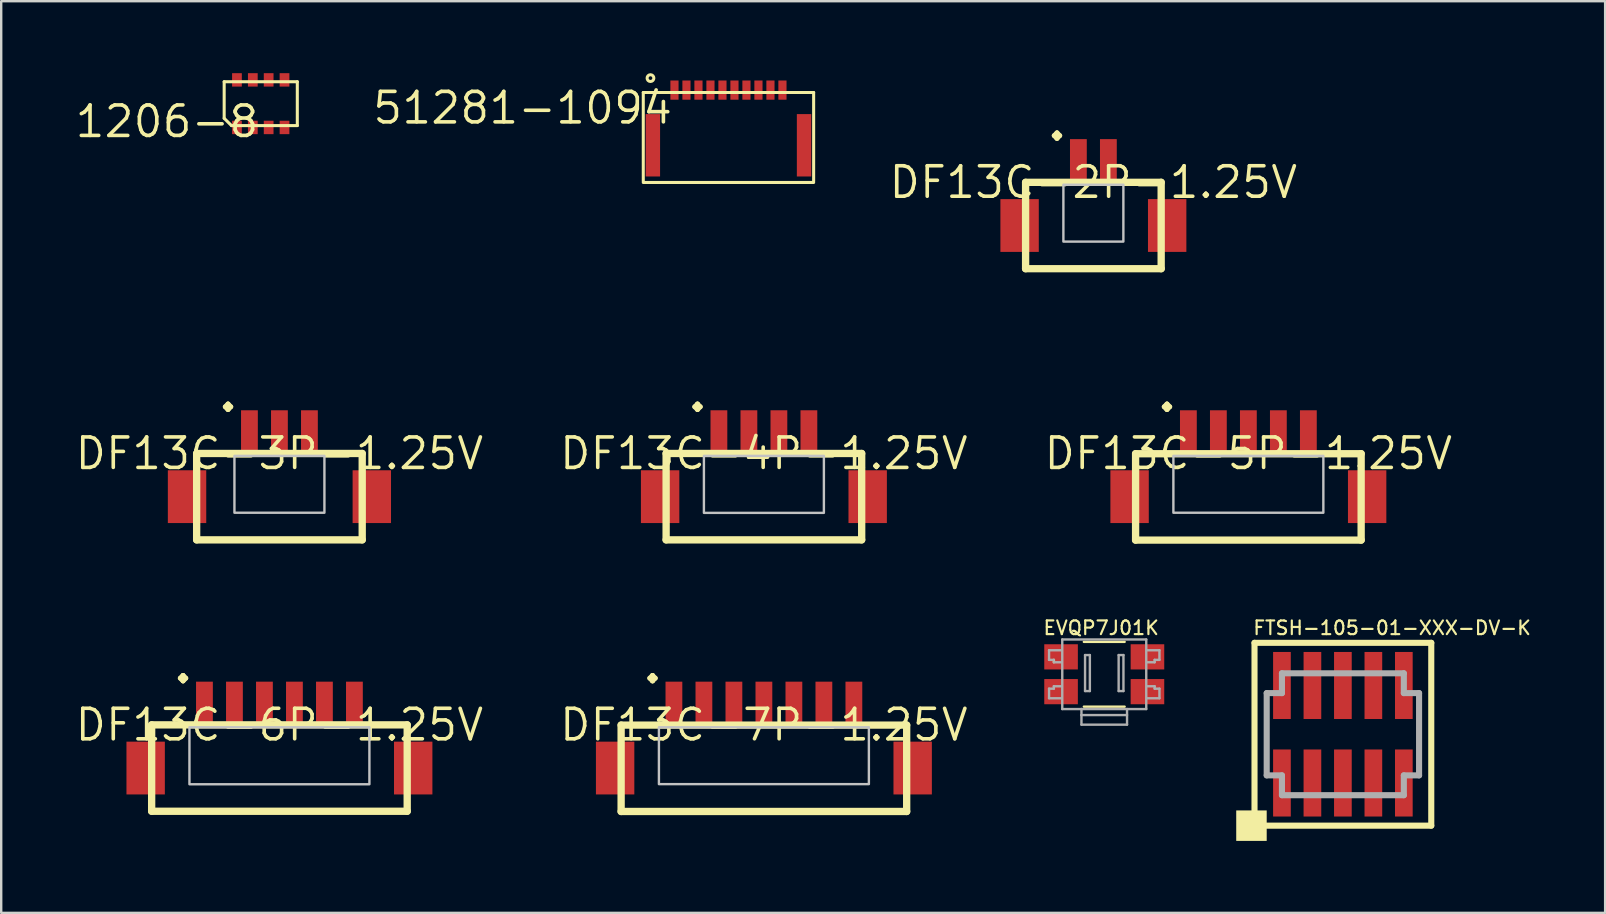
<source format=kicad_pcb>
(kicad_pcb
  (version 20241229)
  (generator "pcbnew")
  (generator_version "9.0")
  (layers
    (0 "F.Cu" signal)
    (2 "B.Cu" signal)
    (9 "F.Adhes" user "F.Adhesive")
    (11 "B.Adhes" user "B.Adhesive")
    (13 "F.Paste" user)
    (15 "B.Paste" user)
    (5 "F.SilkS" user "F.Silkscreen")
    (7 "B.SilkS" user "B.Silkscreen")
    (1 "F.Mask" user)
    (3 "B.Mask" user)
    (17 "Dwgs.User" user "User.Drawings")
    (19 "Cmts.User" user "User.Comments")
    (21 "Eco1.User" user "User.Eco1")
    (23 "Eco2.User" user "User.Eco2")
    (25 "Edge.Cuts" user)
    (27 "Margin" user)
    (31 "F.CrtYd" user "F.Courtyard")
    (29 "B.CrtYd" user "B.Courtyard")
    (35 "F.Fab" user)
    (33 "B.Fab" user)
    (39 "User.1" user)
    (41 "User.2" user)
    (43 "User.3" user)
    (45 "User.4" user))
  (footprint "DF13C-4P-1.25V"
    (layer "F.Cu")
    (at 28.785 15.848)
    (property "Reference" "DF13C-4P-1.25V" (at 0 0 0) (layer "F.SilkS") (effects (font (size 1.27 1.27) (thickness 0.15))))
    (attr through_hole)
    (fp_line (start -4.075 0) (end -4.075 3.6) (stroke (width 0.305) (type solid)) (layer "F.SilkS"))
    (fp_line (start -4.075 3.6) (end 4.075 3.6) (stroke (width 0.305) (type solid)) (layer "F.SilkS"))
    (fp_line (start 4.075 0) (end -4.075 0) (stroke (width 0.305) (type solid)) (layer "F.SilkS"))
    (fp_line (start 4.075 3.6) (end 4.075 0) (stroke (width 0.305) (type solid)) (layer "F.SilkS"))
    (fp_poly (pts (xy -2.5 2.475) (xy 2.5 2.475) (xy 2.5 0.1) (xy -2.5 0.1)) (stroke (width 0.1) (type solid)) (fill no) (layer "Dwgs.User"))
    (fp_text user "." (at -3.475 -1.525 0) (layer "F.SilkS") (effects (font (size 2.413 2.413) (thickness 0.203)) (justify left bottom)))
    (pad "1" smd rect (at -1.875 -0.9) (size 0.7 1.8) (layers "F.Cu" "F.Mask" "F.Paste"))
    (pad "2" smd rect (at -0.625 -0.9) (size 0.7 1.8) (layers "F.Cu" "F.Mask" "F.Paste"))
    (pad "3" smd rect (at 0.625 -0.9) (size 0.7 1.8) (layers "F.Cu" "F.Mask" "F.Paste"))
    (pad "4" smd rect (at 1.875 -0.9) (size 0.7 1.8) (layers "F.Cu" "F.Mask" "F.Paste"))
    (pad "M$0" smd rect (at 4.325 1.8 90) (size 2.2 1.6) (layers "F.Cu" "F.Mask" "F.Paste"))
    (pad "M$1" smd rect (at -4.325 1.8 90) (size 2.2 1.6) (layers "F.Cu" "F.Mask" "F.Paste")))
  (footprint "51281-1094"
    (layer "F.Cu")
    (at 25.058 0.705)
    (property "Reference" "51281-1094" (at 0 0 0) (layer "F.SilkS") (effects (font (size 1.27 1.27) (thickness 0.15)) (justify right top)))
    (attr through_hole)
    (fp_line (start -1.3 0.1) (end 5.8 0.1) (stroke (width 0.127) (type solid)) (layer "F.SilkS"))
    (fp_line (start -1.3 3.8) (end -1.3 0.1) (stroke (width 0.127) (type solid)) (layer "F.SilkS"))
    (fp_line (start -1.3 3.85) (end 5.8 3.85) (stroke (width 0.127) (type solid)) (layer "F.SilkS"))
    (fp_line (start 5.8 0.1) (end 5.8 3.8) (stroke (width 0.127) (type solid)) (layer "F.SilkS"))
    (fp_circle (center -1 -0.5) (end -0.859 -0.5) (stroke (width 0.127) (type solid)) (fill no) (layer "F.SilkS"))
    (pad "1" smd rect (at 0 0) (size 0.34 0.8) (layers "F.Cu" "F.Mask" "F.Paste"))
    (pad "2" smd rect (at 0.5 0) (size 0.34 0.8) (layers "F.Cu" "F.Mask" "F.Paste"))
    (pad "3" smd rect (at 1 0) (size 0.34 0.8) (layers "F.Cu" "F.Mask" "F.Paste"))
    (pad "4" smd rect (at 1.5 0) (size 0.34 0.8) (layers "F.Cu" "F.Mask" "F.Paste"))
    (pad "5" smd rect (at 2 0) (size 0.34 0.8) (layers "F.Cu" "F.Mask" "F.Paste"))
    (pad "6" smd rect (at 2.5 0) (size 0.34 0.8) (layers "F.Cu" "F.Mask" "F.Paste"))
    (pad "7" smd rect (at 3 0) (size 0.34 0.8) (layers "F.Cu" "F.Mask" "F.Paste"))
    (pad "8" smd rect (at 3.5 0) (size 0.34 0.8) (layers "F.Cu" "F.Mask" "F.Paste"))
    (pad "9" smd rect (at 4 0) (size 0.34 0.8) (layers "F.Cu" "F.Mask" "F.Paste"))
    (pad "10" smd rect (at 4.5 0) (size 0.34 0.8) (layers "F.Cu" "F.Mask" "F.Paste"))
    (pad "P$11" smd rect (at -0.9 2.3) (size 0.6 2.6) (layers "F.Cu" "F.Mask" "F.Paste"))
    (pad "P$12" smd rect (at 5.4 2.3) (size 0.6 2.6) (layers "F.Cu" "F.Mask" "F.Paste")))
  (footprint "DF13C-3P-1.25V"
    (layer "F.Cu")
    (at 8.595 15.848)
    (property "Reference" "DF13C-3P-1.25V" (at 0 0 0) (layer "F.SilkS") (effects (font (size 1.27 1.27) (thickness 0.15))))
    (attr through_hole)
    (fp_line (start -3.45 0) (end -3.45 3.6) (stroke (width 0.305) (type solid)) (layer "F.SilkS"))
    (fp_line (start -3.45 3.6) (end 3.45 3.6) (stroke (width 0.305) (type solid)) (layer "F.SilkS"))
    (fp_line (start 3.45 0) (end -3.45 0) (stroke (width 0.305) (type solid)) (layer "F.SilkS"))
    (fp_line (start 3.45 3.6) (end 3.45 0) (stroke (width 0.305) (type solid)) (layer "F.SilkS"))
    (fp_poly (pts (xy -1.875 2.47) (xy 1.875 2.47) (xy 1.875 0.1) (xy -1.875 0.1)) (stroke (width 0.1) (type solid)) (fill no) (layer "Dwgs.User"))
    (fp_text user "." (at -2.85 -1.525 0) (layer "F.SilkS") (effects (font (size 2.413 2.413) (thickness 0.203)) (justify left bottom)))
    (pad "1" smd rect (at -1.25 -0.9) (size 0.7 1.8) (layers "F.Cu" "F.Mask" "F.Paste"))
    (pad "2" smd rect (at 0 -0.9) (size 0.7 1.8) (layers "F.Cu" "F.Mask" "F.Paste"))
    (pad "3" smd rect (at 1.25 -0.9) (size 0.7 1.8) (layers "F.Cu" "F.Mask" "F.Paste"))
    (pad "M$0" smd rect (at 3.85 1.8 90) (size 2.2 1.6) (layers "F.Cu" "F.Mask" "F.Paste"))
    (pad "M$1" smd rect (at -3.85 1.8 90) (size 2.2 1.6) (layers "F.Cu" "F.Mask" "F.Paste")))
  (footprint "DF13C-6P-1.25V"
    (layer "F.Cu")
    (at 8.595 27.158)
    (property "Reference" "DF13C-6P-1.25V" (at 0 0 0) (layer "F.SilkS") (effects (font (size 1.27 1.27) (thickness 0.15))))
    (attr through_hole)
    (fp_line (start -5.325 0) (end -5.325 3.6) (stroke (width 0.305) (type solid)) (layer "F.SilkS"))
    (fp_line (start -5.325 3.6) (end 5.325 3.6) (stroke (width 0.305) (type solid)) (layer "F.SilkS"))
    (fp_line (start 5.325 0) (end -5.325 0) (stroke (width 0.305) (type solid)) (layer "F.SilkS"))
    (fp_line (start 5.325 3.6) (end 5.325 0) (stroke (width 0.305) (type solid)) (layer "F.SilkS"))
    (fp_poly (pts (xy -3.75 2.475) (xy 3.75 2.475) (xy 3.75 0.1) (xy -3.75 0.1)) (stroke (width 0.1) (type solid)) (fill no) (layer "Dwgs.User"))
    (fp_text user "." (at -4.725 -1.525 0) (layer "F.SilkS") (effects (font (size 2.413 2.413) (thickness 0.203)) (justify left bottom)))
    (pad "1" smd rect (at -3.125 -0.9) (size 0.7 1.8) (layers "F.Cu" "F.Mask" "F.Paste"))
    (pad "2" smd rect (at -1.875 -0.9) (size 0.7 1.8) (layers "F.Cu" "F.Mask" "F.Paste"))
    (pad "3" smd rect (at -0.625 -0.9) (size 0.7 1.8) (layers "F.Cu" "F.Mask" "F.Paste"))
    (pad "4" smd rect (at 0.625 -0.9) (size 0.7 1.8) (layers "F.Cu" "F.Mask" "F.Paste"))
    (pad "5" smd rect (at 1.875 -0.9) (size 0.7 1.8) (layers "F.Cu" "F.Mask" "F.Paste"))
    (pad "6" smd rect (at 3.125 -0.9) (size 0.7 1.8) (layers "F.Cu" "F.Mask" "F.Paste"))
    (pad "M$0" smd rect (at 5.575 1.8 90) (size 2.2 1.6) (layers "F.Cu" "F.Mask" "F.Paste"))
    (pad "M$1" smd rect (at -5.575 1.8 90) (size 2.2 1.6) (layers "F.Cu" "F.Mask" "F.Paste")))
  (footprint "EVQP7J01K"
    (layer "F.Cu")
    (at 42.969 25.049)
    (property "Reference" "EVQP7J01K" (at -2.589 -1.599 0) (layer "F.SilkS") (effects (font (size 0.57 0.57) (thickness 0.09)) (justify left bottom)))
    (attr through_hole)
    (fp_line (start -2.1 -0.6) (end -2.1 -0.5) (stroke (width 0.1) (type solid)) (layer "F.SilkS"))
    (fp_line (start -0.85 -1.35) (end 0.85 -1.35) (stroke (width 0.1) (type solid)) (layer "F.SilkS"))
    (fp_line (start -0.85 1.35) (end 0.85 1.35) (stroke (width 0.1) (type solid)) (layer "F.SilkS"))
    (fp_line (start -2.3 -1) (end -2.3 -0.6) (stroke (width 0.1) (type solid)) (layer "F.Fab"))
    (fp_line (start -2.3 -0.6) (end -2.1 -0.6) (stroke (width 0.1) (type solid)) (layer "F.Fab"))
    (fp_line (start -2.3 0.6) (end -2.1 0.6) (stroke (width 0.1) (type solid)) (layer "F.Fab"))
    (fp_line (start -2.3 1) (end -2.3 0.6) (stroke (width 0.1) (type solid)) (layer "F.Fab"))
    (fp_line (start -2.1 -0.5) (end -1.8 -0.5) (stroke (width 0.1) (type solid)) (layer "F.Fab"))
    (fp_line (start -2.1 0.5) (end -1.8 0.5) (stroke (width 0.1) (type solid)) (layer "F.Fab"))
    (fp_line (start -2.1 0.6) (end -2.1 0.5) (stroke (width 0.1) (type solid)) (layer "F.Fab"))
    (fp_line (start -1.8 -1) (end -2.3 -1) (stroke (width 0.1) (type solid)) (layer "F.Fab"))
    (fp_line (start -1.8 1) (end -2.3 1) (stroke (width 0.1) (type solid)) (layer "F.Fab"))
    (fp_line (start -1.75 -1.45) (end -1.75 1.45) (stroke (width 0.1) (type solid)) (layer "F.Fab"))
    (fp_line (start -1.75 -1.45) (end 1.75 -1.45) (stroke (width 0.1) (type solid)) (layer "F.Fab"))
    (fp_line (start -1.75 1.45) (end -0.95 1.45) (stroke (width 0.1) (type solid)) (layer "F.Fab"))
    (fp_line (start -0.95 1.45) (end 0.95 1.45) (stroke (width 0.1) (type solid)) (layer "F.Fab"))
    (fp_line (start -0.95 1.7) (end -0.95 1.45) (stroke (width 0.1) (type solid)) (layer "F.Fab"))
    (fp_line (start -0.95 1.7) (end 0.95 1.7) (stroke (width 0.1) (type solid)) (layer "F.Fab"))
    (fp_line (start -0.95 2.1) (end -0.95 1.7) (stroke (width 0.1) (type solid)) (layer "F.Fab"))
    (fp_line (start -0.95 2.1) (end 0.95 2.1) (stroke (width 0.1) (type solid)) (layer "F.Fab"))
    (fp_line (start -0.8 -0.8) (end -0.8 0.7) (stroke (width 0.1) (type solid)) (layer "F.Fab"))
    (fp_line (start -0.8 0.7) (end -0.6 0.7) (stroke (width 0.1) (type solid)) (layer "F.Fab"))
    (fp_line (start -0.6 -0.8) (end -0.8 -0.8) (stroke (width 0.1) (type solid)) (layer "F.Fab"))
    (fp_line (start -0.6 0.7) (end -0.6 -0.8) (stroke (width 0.1) (type solid)) (layer "F.Fab"))
    (fp_line (start 0.6 -0.8) (end 0.6 0.7) (stroke (width 0.1) (type solid)) (layer "F.Fab"))
    (fp_line (start 0.6 0.7) (end 0.8 0.7) (stroke (width 0.1) (type solid)) (layer "F.Fab"))
    (fp_line (start 0.8 -0.8) (end 0.6 -0.8) (stroke (width 0.1) (type solid)) (layer "F.Fab"))
    (fp_line (start 0.8 0.7) (end 0.8 -0.8) (stroke (width 0.1) (type solid)) (layer "F.Fab"))
    (fp_line (start 0.95 1.45) (end 1.75 1.45) (stroke (width 0.1) (type solid)) (layer "F.Fab"))
    (fp_line (start 0.95 2.1) (end 0.95 1.45) (stroke (width 0.1) (type solid)) (layer "F.Fab"))
    (fp_line (start 1.75 -1.45) (end 1.75 1.45) (stroke (width 0.1) (type solid)) (layer "F.Fab"))
    (fp_line (start 1.8 -1) (end 2.3 -1) (stroke (width 0.1) (type solid)) (layer "F.Fab"))
    (fp_line (start 1.8 1) (end 2.3 1) (stroke (width 0.1) (type solid)) (layer "F.Fab"))
    (fp_line (start 2.1 -0.6) (end 2.1 -0.5) (stroke (width 0.1) (type solid)) (layer "F.Fab"))
    (fp_line (start 2.1 -0.5) (end 1.8 -0.5) (stroke (width 0.1) (type solid)) (layer "F.Fab"))
    (fp_line (start 2.1 0.5) (end 1.8 0.5) (stroke (width 0.1) (type solid)) (layer "F.Fab"))
    (fp_line (start 2.1 0.6) (end 2.1 0.5) (stroke (width 0.1) (type solid)) (layer "F.Fab"))
    (fp_line (start 2.3 -1) (end 2.3 -0.6) (stroke (width 0.1) (type solid)) (layer "F.Fab"))
    (fp_line (start 2.3 -0.6) (end 2.1 -0.6) (stroke (width 0.1) (type solid)) (layer "F.Fab"))
    (fp_line (start 2.3 0.6) (end 2.1 0.6) (stroke (width 0.1) (type solid)) (layer "F.Fab"))
    (fp_line (start 2.3 1) (end 2.3 0.6) (stroke (width 0.1) (type solid)) (layer "F.Fab"))
    (pad "A1" smd rect (at -1.8 -0.725) (size 1.4 1.05) (layers "F.Cu" "F.Mask" "F.Paste"))
    (pad "A2" smd rect (at 1.8 -0.725) (size 1.4 1.05) (layers "F.Cu" "F.Mask" "F.Paste"))
    (pad "B3" smd rect (at -1.8 0.725) (size 1.4 1.05) (layers "F.Cu" "F.Mask" "F.Paste"))
    (pad "B4" smd rect (at 1.8 0.725) (size 1.4 1.05) (layers "F.Cu" "F.Mask" "F.Paste")))
  (footprint "FTSH-105-01-XXX-DV-K"
    (layer "F.Cu")
    (at 52.914 27.549)
    (property "Reference" "FTSH-105-01-XXX-DV-K" (at -3.789 -4.098 0) (layer "F.SilkS") (effects (font (size 0.57 0.57) (thickness 0.09)) (justify left bottom)))
    (attr through_hole)
    (fp_line (start -3.683 -3.81) (end 3.683 -3.81) (stroke (width 0.254) (type solid)) (layer "F.SilkS"))
    (fp_line (start -3.683 3.81) (end -3.683 -3.81) (stroke (width 0.254) (type solid)) (layer "F.SilkS"))
    (fp_line (start 3.683 -3.81) (end 3.683 3.81) (stroke (width 0.254) (type solid)) (layer "F.SilkS"))
    (fp_line (start 3.683 3.81) (end -3.683 3.81) (stroke (width 0.254) (type solid)) (layer "F.SilkS"))
    (fp_poly (pts (xy -4.445 4.445) (xy -3.175 4.445) (xy -3.175 3.175) (xy -4.445 3.175)) (stroke (width 0) (type solid)) (fill yes) (layer "F.SilkS"))
    (fp_line (start -3.175 -1.714) (end -2.54 -1.714) (stroke (width 0.254) (type solid)) (layer "F.Fab"))
    (fp_line (start -3.175 1.714) (end -3.175 -1.714) (stroke (width 0.254) (type solid)) (layer "F.Fab"))
    (fp_line (start -2.54 -2.54) (end 2.54 -2.54) (stroke (width 0.254) (type solid)) (layer "F.Fab"))
    (fp_line (start -2.54 -1.714) (end -2.54 -2.54) (stroke (width 0.254) (type solid)) (layer "F.Fab"))
    (fp_line (start -2.54 1.714) (end -3.175 1.714) (stroke (width 0.254) (type solid)) (layer "F.Fab"))
    (fp_line (start -2.54 2.54) (end -2.54 1.714) (stroke (width 0.254) (type solid)) (layer "F.Fab"))
    (fp_line (start 2.54 -2.54) (end 2.54 -1.715) (stroke (width 0.254) (type solid)) (layer "F.Fab"))
    (fp_line (start 2.54 -1.715) (end 3.175 -1.715) (stroke (width 0.254) (type solid)) (layer "F.Fab"))
    (fp_line (start 2.54 1.714) (end 2.54 2.54) (stroke (width 0.254) (type solid)) (layer "F.Fab"))
    (fp_line (start 2.54 2.54) (end -2.54 2.54) (stroke (width 0.254) (type solid)) (layer "F.Fab"))
    (fp_line (start 3.175 -1.715) (end 3.175 1.714) (stroke (width 0.254) (type solid)) (layer "F.Fab"))
    (fp_line (start 3.175 1.714) (end 2.54 1.714) (stroke (width 0.254) (type solid)) (layer "F.Fab"))
    (pad "1" smd rect (at -2.54 2.032 90) (size 2.794 0.737) (layers "F.Cu" "F.Mask" "F.Paste"))
    (pad "2" smd rect (at -2.54 -2.032 90) (size 2.794 0.737) (layers "F.Cu" "F.Mask" "F.Paste"))
    (pad "3" smd rect (at -1.27 2.032 90) (size 2.794 0.737) (layers "F.Cu" "F.Mask" "F.Paste"))
    (pad "4" smd rect (at -1.27 -2.032 90) (size 2.794 0.737) (layers "F.Cu" "F.Mask" "F.Paste"))
    (pad "5" smd rect (at 0 2.032 90) (size 2.794 0.737) (layers "F.Cu" "F.Mask" "F.Paste"))
    (pad "6" smd rect (at 0 -2.032 90) (size 2.794 0.737) (layers "F.Cu" "F.Mask" "F.Paste"))
    (pad "7" smd rect (at 1.27 2.032 90) (size 2.794 0.737) (layers "F.Cu" "F.Mask" "F.Paste"))
    (pad "8" smd rect (at 1.27 -2.032 90) (size 2.794 0.737) (layers "F.Cu" "F.Mask" "F.Paste"))
    (pad "9" smd rect (at 2.54 2.032 90) (size 2.794 0.737) (layers "F.Cu" "F.Mask" "F.Paste"))
    (pad "10" smd rect (at 2.54 -2.032 90) (size 2.794 0.737) (layers "F.Cu" "F.Mask" "F.Paste")))
  (footprint "DF13C-5P-1.25V"
    (layer "F.Cu")
    (at 48.975 15.848)
    (property "Reference" "DF13C-5P-1.25V" (at 0 0 0) (layer "F.SilkS") (effects (font (size 1.27 1.27) (thickness 0.15))))
    (attr through_hole)
    (fp_line (start -4.7 0.01) (end -4.7 3.61) (stroke (width 0.305) (type solid)) (layer "F.SilkS"))
    (fp_line (start -4.7 3.61) (end 4.7 3.61) (stroke (width 0.305) (type solid)) (layer "F.SilkS"))
    (fp_line (start 4.7 0.01) (end -4.7 0.01) (stroke (width 0.305) (type solid)) (layer "F.SilkS"))
    (fp_line (start 4.7 3.61) (end 4.7 0.01) (stroke (width 0.305) (type solid)) (layer "F.SilkS"))
    (fp_poly (pts (xy -3.125 2.47) (xy 3.125 2.47) (xy 3.125 0.1) (xy -3.125 0.1)) (stroke (width 0.1) (type solid)) (fill no) (layer "Dwgs.User"))
    (fp_text user "." (at -4.1 -1.525 0) (layer "F.SilkS") (effects (font (size 2.413 2.413) (thickness 0.203)) (justify left bottom)))
    (pad "1" smd rect (at -2.5 -0.9) (size 0.7 1.8) (layers "F.Cu" "F.Mask" "F.Paste"))
    (pad "2" smd rect (at -1.25 -0.9) (size 0.7 1.8) (layers "F.Cu" "F.Mask" "F.Paste"))
    (pad "3" smd rect (at 0 -0.9) (size 0.7 1.8) (layers "F.Cu" "F.Mask" "F.Paste"))
    (pad "4" smd rect (at 1.25 -0.9) (size 0.7 1.8) (layers "F.Cu" "F.Mask" "F.Paste"))
    (pad "5" smd rect (at 2.5 -0.9) (size 0.7 1.8) (layers "F.Cu" "F.Mask" "F.Paste"))
    (pad "M$0" smd rect (at 4.95 1.8 90) (size 2.2 1.6) (layers "F.Cu" "F.Mask" "F.Paste"))
    (pad "M$1" smd rect (at -4.95 1.8 90) (size 2.2 1.6) (layers "F.Cu" "F.Mask" "F.Paste")))
  (footprint "1206-8"
    (layer "F.Cu")
    (at 7.816 1.27)
    (property "Reference" "1206-8" (at 0 0 0) (layer "F.SilkS") (effects (font (size 1.27 1.27) (thickness 0.15)) (justify right top)))
    (attr through_hole)
    (fp_line (start -1.524 -0.914) (end -1.524 0.61) (stroke (width 0.127) (type solid)) (layer "F.SilkS"))
    (fp_line (start -1.524 0.61) (end -1.219 0.914) (stroke (width 0.127) (type solid)) (layer "F.SilkS"))
    (fp_line (start -1.219 0.914) (end 1.524 0.914) (stroke (width 0.127) (type solid)) (layer "F.SilkS"))
    (fp_line (start 1.524 -0.914) (end -1.524 -0.914) (stroke (width 0.127) (type solid)) (layer "F.SilkS"))
    (fp_line (start 1.524 0.914) (end 1.524 -0.914) (stroke (width 0.127) (type solid)) (layer "F.SilkS"))
    (pad "P$1" smd rect (at -0.991 0.991) (size 0.406 0.559) (layers "F.Cu" "F.Mask" "F.Paste"))
    (pad "P$2" smd rect (at -0.33 0.991) (size 0.406 0.559) (layers "F.Cu" "F.Mask" "F.Paste"))
    (pad "P$3" smd rect (at 0.33 0.991) (size 0.406 0.559) (layers "F.Cu" "F.Mask" "F.Paste"))
    (pad "P$4" smd rect (at 0.991 0.991) (size 0.406 0.559) (layers "F.Cu" "F.Mask" "F.Paste"))
    (pad "P$5" smd rect (at 0.991 -0.991) (size 0.406 0.559) (layers "F.Cu" "F.Mask" "F.Paste"))
    (pad "P$6" smd rect (at 0.33 -0.991) (size 0.406 0.559) (layers "F.Cu" "F.Mask" "F.Paste"))
    (pad "P$7" smd rect (at -0.33 -0.991) (size 0.406 0.559) (layers "F.Cu" "F.Mask" "F.Paste"))
    (pad "P$8" smd rect (at -0.991 -0.991) (size 0.406 0.559) (layers "F.Cu" "F.Mask" "F.Paste")))
  (footprint "DF13C-7P-1.25V"
    (layer "F.Cu")
    (at 28.785 27.158)
    (property "Reference" "DF13C-7P-1.25V" (at 0 0 0) (layer "F.SilkS") (effects (font (size 1.27 1.27) (thickness 0.15))))
    (attr through_hole)
    (fp_line (start -5.95 0.01) (end -5.95 3.61) (stroke (width 0.305) (type solid)) (layer "F.SilkS"))
    (fp_line (start -5.95 3.61) (end 5.95 3.61) (stroke (width 0.305) (type solid)) (layer "F.SilkS"))
    (fp_line (start 5.95 0.01) (end -5.95 0.01) (stroke (width 0.305) (type solid)) (layer "F.SilkS"))
    (fp_line (start 5.95 3.61) (end 5.95 0.01) (stroke (width 0.305) (type solid)) (layer "F.SilkS"))
    (fp_poly (pts (xy -4.375 2.47) (xy 4.375 2.47) (xy 4.375 0.1) (xy -4.375 0.1)) (stroke (width 0.1) (type solid)) (fill no) (layer "Dwgs.User"))
    (fp_text user "." (at -5.35 -1.525 0) (layer "F.SilkS") (effects (font (size 2.413 2.413) (thickness 0.203)) (justify left bottom)))
    (pad "1" smd rect (at -3.75 -0.9) (size 0.7 1.8) (layers "F.Cu" "F.Mask" "F.Paste"))
    (pad "2" smd rect (at -2.5 -0.9) (size 0.7 1.8) (layers "F.Cu" "F.Mask" "F.Paste"))
    (pad "3" smd rect (at -1.25 -0.9) (size 0.7 1.8) (layers "F.Cu" "F.Mask" "F.Paste"))
    (pad "4" smd rect (at 0 -0.9) (size 0.7 1.8) (layers "F.Cu" "F.Mask" "F.Paste"))
    (pad "5" smd rect (at 1.25 -0.9) (size 0.7 1.8) (layers "F.Cu" "F.Mask" "F.Paste"))
    (pad "6" smd rect (at 2.5 -0.9) (size 0.7 1.8) (layers "F.Cu" "F.Mask" "F.Paste"))
    (pad "7" smd rect (at 3.75 -0.9) (size 0.7 1.8) (layers "F.Cu" "F.Mask" "F.Paste"))
    (pad "M$0" smd rect (at 6.2 1.8 90) (size 2.2 1.6) (layers "F.Cu" "F.Mask" "F.Paste"))
    (pad "M$1" smd rect (at -6.2 1.8 90) (size 2.2 1.6) (layers "F.Cu" "F.Mask" "F.Paste")))
  (footprint "DF13C-2P-1.25V"
    (layer "F.Cu")
    (at 42.516 4.548)
    (property "Reference" "DF13C-2P-1.25V" (at 0 0 0) (layer "F.SilkS") (effects (font (size 1.27 1.27) (thickness 0.15))))
    (attr through_hole)
    (fp_line (start -2.825 0) (end -2.825 3.6) (stroke (width 0.305) (type solid)) (layer "F.SilkS"))
    (fp_line (start -2.825 3.6) (end 2.825 3.6) (stroke (width 0.305) (type solid)) (layer "F.SilkS"))
    (fp_line (start 2.825 0) (end -2.825 0) (stroke (width 0.305) (type solid)) (layer "F.SilkS"))
    (fp_line (start 2.825 3.6) (end 2.825 0) (stroke (width 0.305) (type solid)) (layer "F.SilkS"))
    (fp_poly (pts (xy -1.25 2.47) (xy 1.25 2.47) (xy 1.25 0.1) (xy -1.25 0.1)) (stroke (width 0.1) (type solid)) (fill no) (layer "Dwgs.User"))
    (fp_text user "." (at -2.225 -1.525 0) (layer "F.SilkS") (effects (font (size 2.413 2.413) (thickness 0.203)) (justify left bottom)))
    (pad "1" smd rect (at -0.625 -0.9) (size 0.7 1.8) (layers "F.Cu" "F.Mask" "F.Paste"))
    (pad "2" smd rect (at 0.625 -0.9) (size 0.7 1.8) (layers "F.Cu" "F.Mask" "F.Paste"))
    (pad "M$0" smd rect (at 3.075 1.8 90) (size 2.2 1.6) (layers "F.Cu" "F.Mask" "F.Paste"))
    (pad "M$1" smd rect (at -3.075 1.8 90) (size 2.2 1.6) (layers "F.Cu" "F.Mask" "F.Paste")))
  (gr_rect
    (start -3 -3)
    (end 63.843 34.993)
    (stroke (width 0.1) (type default))
    (fill no)
    (layer "Edge.Cuts")))
</source>
